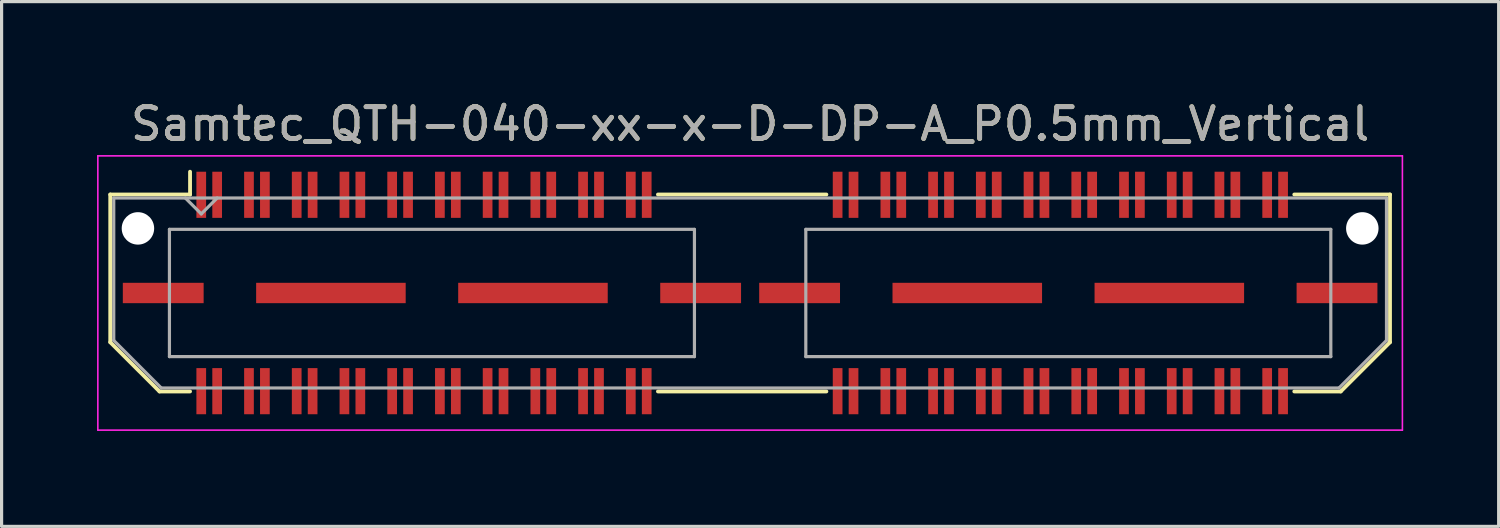
<source format=kicad_pcb>
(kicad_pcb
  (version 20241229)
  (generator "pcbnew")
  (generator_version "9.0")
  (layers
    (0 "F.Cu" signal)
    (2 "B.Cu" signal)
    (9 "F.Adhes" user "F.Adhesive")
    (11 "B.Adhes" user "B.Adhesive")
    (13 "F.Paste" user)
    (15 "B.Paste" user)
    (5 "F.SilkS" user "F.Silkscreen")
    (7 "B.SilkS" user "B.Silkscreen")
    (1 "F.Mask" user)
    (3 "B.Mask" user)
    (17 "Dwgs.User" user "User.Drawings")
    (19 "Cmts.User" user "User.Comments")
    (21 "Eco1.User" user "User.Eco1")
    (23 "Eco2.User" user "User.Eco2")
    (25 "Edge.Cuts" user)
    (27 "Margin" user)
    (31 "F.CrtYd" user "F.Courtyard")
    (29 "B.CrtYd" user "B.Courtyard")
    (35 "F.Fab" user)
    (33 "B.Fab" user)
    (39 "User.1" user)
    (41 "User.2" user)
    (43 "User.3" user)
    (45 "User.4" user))
  (footprint "Samtec_QTH-040-xx-x-D-DP-A_P0.5mm_Vertical"
    (layer "F.Cu")
    (at 20.525 6.158)
    (property "Reference" "Samtec_QTH-040-xx-x-D-DP-A_P0.5mm_Vertical" (at 0 -5.31 0) (layer "F.SilkS") (effects (font (size 1 1) (thickness 0.15))))
    (attr smd)
    (fp_line (start -20.11 -3.095) (end -20.11 1.548) (stroke (width 0.12) (type solid)) (layer "F.SilkS"))
    (fp_line (start -20.11 1.548) (end -18.562 3.095) (stroke (width 0.12) (type solid)) (layer "F.SilkS"))
    (fp_line (start -18.562 3.095) (end -17.602 3.095) (stroke (width 0.12) (type solid)) (layer "F.SilkS"))
    (fp_line (start -17.602 -3.811) (end -17.602 -3.095) (stroke (width 0.12) (type solid)) (layer "F.SilkS"))
    (fp_line (start -17.602 -3.095) (end -20.11 -3.095) (stroke (width 0.12) (type solid)) (layer "F.SilkS"))
    (fp_line (start -2.897 -3.095) (end 2.397 -3.095) (stroke (width 0.12) (type solid)) (layer "F.SilkS"))
    (fp_line (start -2.897 3.095) (end 2.397 3.095) (stroke (width 0.12) (type solid)) (layer "F.SilkS"))
    (fp_line (start 17.102 -3.095) (end 20.11 -3.095) (stroke (width 0.12) (type solid)) (layer "F.SilkS"))
    (fp_line (start 18.562 3.095) (end 17.102 3.095) (stroke (width 0.12) (type solid)) (layer "F.SilkS"))
    (fp_line (start 20.11 -3.095) (end 20.11 1.548) (stroke (width 0.12) (type solid)) (layer "F.SilkS"))
    (fp_line (start 20.11 1.548) (end 18.562 3.095) (stroke (width 0.12) (type solid)) (layer "F.SilkS"))
    (fp_line (start -20.5 -4.31) (end -20.5 4.31) (stroke (width 0.05) (type solid)) (layer "F.CrtYd"))
    (fp_line (start -20.5 4.31) (end 20.5 4.31) (stroke (width 0.05) (type solid)) (layer "F.CrtYd"))
    (fp_line (start 20.5 -4.31) (end -20.5 -4.31) (stroke (width 0.05) (type solid)) (layer "F.CrtYd"))
    (fp_line (start 20.5 4.31) (end 20.5 -4.31) (stroke (width 0.05) (type solid)) (layer "F.CrtYd"))
    (fp_line (start -20 -2.985) (end -20 1.492) (stroke (width 0.1) (type solid)) (layer "F.Fab"))
    (fp_line (start -20 -2.985) (end 20 -2.985) (stroke (width 0.1) (type solid)) (layer "F.Fab"))
    (fp_line (start -20 1.492) (end -18.508 2.985) (stroke (width 0.1) (type solid)) (layer "F.Fab"))
    (fp_line (start -18.508 2.985) (end 18.508 2.985) (stroke (width 0.1) (type solid)) (layer "F.Fab"))
    (fp_line (start -18.25 -2) (end -18.25 2) (stroke (width 0.1) (type solid)) (layer "F.Fab"))
    (fp_line (start -18.25 2) (end -1.75 2) (stroke (width 0.1) (type solid)) (layer "F.Fab"))
    (fp_line (start -17.25 -2.485) (end -17.75 -2.985) (stroke (width 0.1) (type solid)) (layer "F.Fab"))
    (fp_line (start -16.75 -2.985) (end -17.25 -2.485) (stroke (width 0.1) (type solid)) (layer "F.Fab"))
    (fp_line (start -1.75 -2) (end -18.25 -2) (stroke (width 0.1) (type solid)) (layer "F.Fab"))
    (fp_line (start -1.75 2) (end -1.75 -2) (stroke (width 0.1) (type solid)) (layer "F.Fab"))
    (fp_line (start 1.75 -2) (end 1.75 2) (stroke (width 0.1) (type solid)) (layer "F.Fab"))
    (fp_line (start 1.75 2) (end 18.25 2) (stroke (width 0.1) (type solid)) (layer "F.Fab"))
    (fp_line (start 18.25 -2) (end 1.75 -2) (stroke (width 0.1) (type solid)) (layer "F.Fab"))
    (fp_line (start 18.25 2) (end 18.25 -2) (stroke (width 0.1) (type solid)) (layer "F.Fab"))
    (fp_line (start 20 -2.985) (end 20 1.492) (stroke (width 0.1) (type solid)) (layer "F.Fab"))
    (fp_line (start 20 1.492) (end 18.508 2.985) (stroke (width 0.1) (type solid)) (layer "F.Fab"))
    (fp_text user "${REFERENCE}" (at 0 -5.31 0) (layer "F.Fab") (effects (font (size 1 1) (thickness 0.15))))
    (pad "" np_thru_hole circle (at -19.24 -2.03) (size 1.02 1.02) (drill 1.02) (layers "*.Cu" "*.Mask"))
    (pad "" np_thru_hole circle (at 19.24 -2.03) (size 1.02 1.02) (drill 1.02) (layers "*.Cu" "*.Mask"))
    (pad "1" smd rect (at -17.25 -3.086) (size 0.305 1.45) (layers "F.Cu" "F.Mask" "F.Paste"))
    (pad "2" smd rect (at -17.25 3.086) (size 0.305 1.45) (layers "F.Cu" "F.Mask" "F.Paste"))
    (pad "3" smd rect (at -16.75 -3.086) (size 0.305 1.45) (layers "F.Cu" "F.Mask" "F.Paste"))
    (pad "4" smd rect (at -16.75 3.086) (size 0.305 1.45) (layers "F.Cu" "F.Mask" "F.Paste"))
    (pad "5" smd rect (at -15.75 -3.086) (size 0.305 1.45) (layers "F.Cu" "F.Mask" "F.Paste"))
    (pad "6" smd rect (at -15.75 3.086) (size 0.305 1.45) (layers "F.Cu" "F.Mask" "F.Paste"))
    (pad "7" smd rect (at -15.25 -3.086) (size 0.305 1.45) (layers "F.Cu" "F.Mask" "F.Paste"))
    (pad "8" smd rect (at -15.25 3.086) (size 0.305 1.45) (layers "F.Cu" "F.Mask" "F.Paste"))
    (pad "9" smd rect (at -14.25 -3.086) (size 0.305 1.45) (layers "F.Cu" "F.Mask" "F.Paste"))
    (pad "10" smd rect (at -14.25 3.086) (size 0.305 1.45) (layers "F.Cu" "F.Mask" "F.Paste"))
    (pad "11" smd rect (at -13.75 -3.086) (size 0.305 1.45) (layers "F.Cu" "F.Mask" "F.Paste"))
    (pad "12" smd rect (at -13.75 3.086) (size 0.305 1.45) (layers "F.Cu" "F.Mask" "F.Paste"))
    (pad "13" smd rect (at -12.75 -3.086) (size 0.305 1.45) (layers "F.Cu" "F.Mask" "F.Paste"))
    (pad "14" smd rect (at -12.75 3.086) (size 0.305 1.45) (layers "F.Cu" "F.Mask" "F.Paste"))
    (pad "15" smd rect (at -12.25 -3.086) (size 0.305 1.45) (layers "F.Cu" "F.Mask" "F.Paste"))
    (pad "16" smd rect (at -12.25 3.086) (size 0.305 1.45) (layers "F.Cu" "F.Mask" "F.Paste"))
    (pad "17" smd rect (at -11.25 -3.086) (size 0.305 1.45) (layers "F.Cu" "F.Mask" "F.Paste"))
    (pad "18" smd rect (at -11.25 3.086) (size 0.305 1.45) (layers "F.Cu" "F.Mask" "F.Paste"))
    (pad "19" smd rect (at -10.75 -3.086) (size 0.305 1.45) (layers "F.Cu" "F.Mask" "F.Paste"))
    (pad "20" smd rect (at -10.75 3.086) (size 0.305 1.45) (layers "F.Cu" "F.Mask" "F.Paste"))
    (pad "21" smd rect (at -9.75 -3.086) (size 0.305 1.45) (layers "F.Cu" "F.Mask" "F.Paste"))
    (pad "22" smd rect (at -9.75 3.086) (size 0.305 1.45) (layers "F.Cu" "F.Mask" "F.Paste"))
    (pad "23" smd rect (at -9.25 -3.086) (size 0.305 1.45) (layers "F.Cu" "F.Mask" "F.Paste"))
    (pad "24" smd rect (at -9.25 3.086) (size 0.305 1.45) (layers "F.Cu" "F.Mask" "F.Paste"))
    (pad "25" smd rect (at -8.25 -3.086) (size 0.305 1.45) (layers "F.Cu" "F.Mask" "F.Paste"))
    (pad "26" smd rect (at -8.25 3.086) (size 0.305 1.45) (layers "F.Cu" "F.Mask" "F.Paste"))
    (pad "27" smd rect (at -7.75 -3.086) (size 0.305 1.45) (layers "F.Cu" "F.Mask" "F.Paste"))
    (pad "28" smd rect (at -7.75 3.086) (size 0.305 1.45) (layers "F.Cu" "F.Mask" "F.Paste"))
    (pad "29" smd rect (at -6.75 -3.086) (size 0.305 1.45) (layers "F.Cu" "F.Mask" "F.Paste"))
    (pad "30" smd rect (at -6.75 3.086) (size 0.305 1.45) (layers "F.Cu" "F.Mask" "F.Paste"))
    (pad "31" smd rect (at -6.25 -3.086) (size 0.305 1.45) (layers "F.Cu" "F.Mask" "F.Paste"))
    (pad "32" smd rect (at -6.25 3.086) (size 0.305 1.45) (layers "F.Cu" "F.Mask" "F.Paste"))
    (pad "33" smd rect (at -5.25 -3.086) (size 0.305 1.45) (layers "F.Cu" "F.Mask" "F.Paste"))
    (pad "34" smd rect (at -5.25 3.086) (size 0.305 1.45) (layers "F.Cu" "F.Mask" "F.Paste"))
    (pad "35" smd rect (at -4.75 -3.086) (size 0.305 1.45) (layers "F.Cu" "F.Mask" "F.Paste"))
    (pad "36" smd rect (at -4.75 3.086) (size 0.305 1.45) (layers "F.Cu" "F.Mask" "F.Paste"))
    (pad "37" smd rect (at -3.75 -3.086) (size 0.305 1.45) (layers "F.Cu" "F.Mask" "F.Paste"))
    (pad "38" smd rect (at -3.75 3.086) (size 0.305 1.45) (layers "F.Cu" "F.Mask" "F.Paste"))
    (pad "39" smd rect (at -3.25 -3.086) (size 0.305 1.45) (layers "F.Cu" "F.Mask" "F.Paste"))
    (pad "40" smd rect (at -3.25 3.086) (size 0.305 1.45) (layers "F.Cu" "F.Mask" "F.Paste"))
    (pad "41" smd rect (at 2.75 -3.086) (size 0.305 1.45) (layers "F.Cu" "F.Mask" "F.Paste"))
    (pad "42" smd rect (at 2.75 3.086) (size 0.305 1.45) (layers "F.Cu" "F.Mask" "F.Paste"))
    (pad "43" smd rect (at 3.25 -3.086) (size 0.305 1.45) (layers "F.Cu" "F.Mask" "F.Paste"))
    (pad "44" smd rect (at 3.25 3.086) (size 0.305 1.45) (layers "F.Cu" "F.Mask" "F.Paste"))
    (pad "45" smd rect (at 4.25 -3.086) (size 0.305 1.45) (layers "F.Cu" "F.Mask" "F.Paste"))
    (pad "46" smd rect (at 4.25 3.086) (size 0.305 1.45) (layers "F.Cu" "F.Mask" "F.Paste"))
    (pad "47" smd rect (at 4.75 -3.086) (size 0.305 1.45) (layers "F.Cu" "F.Mask" "F.Paste"))
    (pad "48" smd rect (at 4.75 3.086) (size 0.305 1.45) (layers "F.Cu" "F.Mask" "F.Paste"))
    (pad "49" smd rect (at 5.75 -3.086) (size 0.305 1.45) (layers "F.Cu" "F.Mask" "F.Paste"))
    (pad "50" smd rect (at 5.75 3.086) (size 0.305 1.45) (layers "F.Cu" "F.Mask" "F.Paste"))
    (pad "51" smd rect (at 6.25 -3.086) (size 0.305 1.45) (layers "F.Cu" "F.Mask" "F.Paste"))
    (pad "52" smd rect (at 6.25 3.086) (size 0.305 1.45) (layers "F.Cu" "F.Mask" "F.Paste"))
    (pad "53" smd rect (at 7.25 -3.086) (size 0.305 1.45) (layers "F.Cu" "F.Mask" "F.Paste"))
    (pad "54" smd rect (at 7.25 3.086) (size 0.305 1.45) (layers "F.Cu" "F.Mask" "F.Paste"))
    (pad "55" smd rect (at 7.75 -3.086) (size 0.305 1.45) (layers "F.Cu" "F.Mask" "F.Paste"))
    (pad "56" smd rect (at 7.75 3.086) (size 0.305 1.45) (layers "F.Cu" "F.Mask" "F.Paste"))
    (pad "57" smd rect (at 8.75 -3.086) (size 0.305 1.45) (layers "F.Cu" "F.Mask" "F.Paste"))
    (pad "58" smd rect (at 8.75 3.086) (size 0.305 1.45) (layers "F.Cu" "F.Mask" "F.Paste"))
    (pad "59" smd rect (at 9.25 -3.086) (size 0.305 1.45) (layers "F.Cu" "F.Mask" "F.Paste"))
    (pad "60" smd rect (at 9.25 3.086) (size 0.305 1.45) (layers "F.Cu" "F.Mask" "F.Paste"))
    (pad "61" smd rect (at 10.25 -3.086) (size 0.305 1.45) (layers "F.Cu" "F.Mask" "F.Paste"))
    (pad "62" smd rect (at 10.25 3.086) (size 0.305 1.45) (layers "F.Cu" "F.Mask" "F.Paste"))
    (pad "63" smd rect (at 10.75 -3.086) (size 0.305 1.45) (layers "F.Cu" "F.Mask" "F.Paste"))
    (pad "64" smd rect (at 10.75 3.086) (size 0.305 1.45) (layers "F.Cu" "F.Mask" "F.Paste"))
    (pad "65" smd rect (at 11.75 -3.086) (size 0.305 1.45) (layers "F.Cu" "F.Mask" "F.Paste"))
    (pad "66" smd rect (at 11.75 3.086) (size 0.305 1.45) (layers "F.Cu" "F.Mask" "F.Paste"))
    (pad "67" smd rect (at 12.25 -3.086) (size 0.305 1.45) (layers "F.Cu" "F.Mask" "F.Paste"))
    (pad "68" smd rect (at 12.25 3.086) (size 0.305 1.45) (layers "F.Cu" "F.Mask" "F.Paste"))
    (pad "69" smd rect (at 13.25 -3.086) (size 0.305 1.45) (layers "F.Cu" "F.Mask" "F.Paste"))
    (pad "70" smd rect (at 13.25 3.086) (size 0.305 1.45) (layers "F.Cu" "F.Mask" "F.Paste"))
    (pad "71" smd rect (at 13.75 -3.086) (size 0.305 1.45) (layers "F.Cu" "F.Mask" "F.Paste"))
    (pad "72" smd rect (at 13.75 3.086) (size 0.305 1.45) (layers "F.Cu" "F.Mask" "F.Paste"))
    (pad "73" smd rect (at 14.75 -3.086) (size 0.305 1.45) (layers "F.Cu" "F.Mask" "F.Paste"))
    (pad "74" smd rect (at 14.75 3.086) (size 0.305 1.45) (layers "F.Cu" "F.Mask" "F.Paste"))
    (pad "75" smd rect (at 15.25 -3.086) (size 0.305 1.45) (layers "F.Cu" "F.Mask" "F.Paste"))
    (pad "76" smd rect (at 15.25 3.086) (size 0.305 1.45) (layers "F.Cu" "F.Mask" "F.Paste"))
    (pad "77" smd rect (at 16.25 -3.086) (size 0.305 1.45) (layers "F.Cu" "F.Mask" "F.Paste"))
    (pad "78" smd rect (at 16.25 3.086) (size 0.305 1.45) (layers "F.Cu" "F.Mask" "F.Paste"))
    (pad "79" smd rect (at 16.75 -3.086) (size 0.305 1.45) (layers "F.Cu" "F.Mask" "F.Paste"))
    (pad "80" smd rect (at 16.75 3.086) (size 0.305 1.45) (layers "F.Cu" "F.Mask" "F.Paste"))
    (pad "P1" smd rect (at -18.445 0) (size 2.54 0.64) (layers "F.Cu" "F.Mask" "F.Paste"))
    (pad "P1" smd rect (at -13.175 0) (size 4.7 0.64) (layers "F.Cu" "F.Mask" "F.Paste"))
    (pad "P1" smd rect (at -6.825 0) (size 4.7 0.64) (layers "F.Cu" "F.Mask" "F.Paste"))
    (pad "P1" smd rect (at -1.555 0) (size 2.54 0.64) (layers "F.Cu" "F.Mask" "F.Paste"))
    (pad "P2" smd rect (at 1.555 0) (size 2.54 0.64) (layers "F.Cu" "F.Mask" "F.Paste"))
    (pad "P2" smd rect (at 6.825 0) (size 4.7 0.64) (layers "F.Cu" "F.Mask" "F.Paste"))
    (pad "P2" smd rect (at 13.175 0) (size 4.7 0.64) (layers "F.Cu" "F.Mask" "F.Paste"))
    (pad "P2" smd rect (at 18.445 0) (size 2.54 0.64) (layers "F.Cu" "F.Mask" "F.Paste")))
  (gr_rect
    (start -3 -3)
    (end 44.05 13.493)
    (stroke (width 0.1) (type default))
    (fill no)
    (layer "Edge.Cuts")))
</source>
